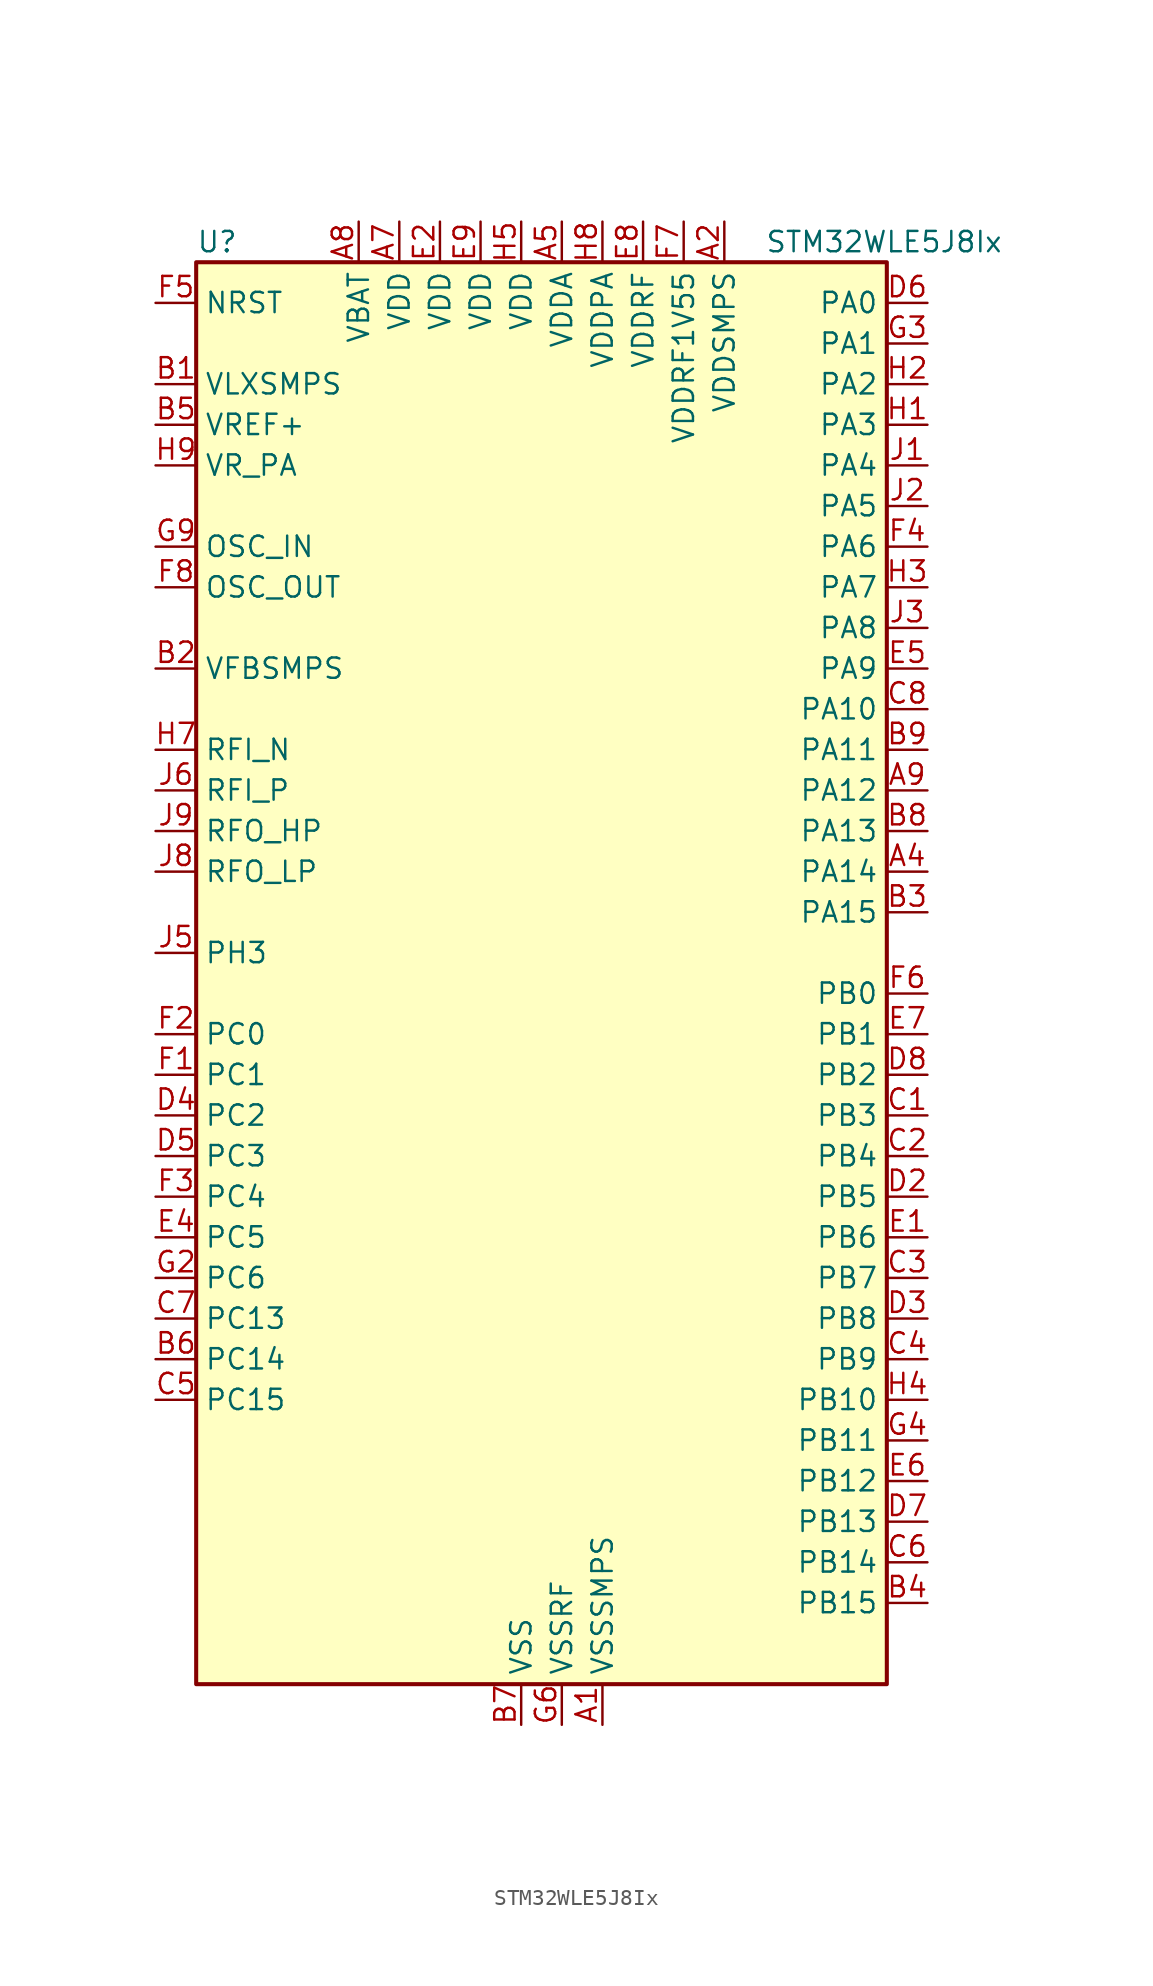
<source format=kicad_sym>
(kicad_symbol_lib
  (version 20231120)
  (generator "kicad_symbol_editor")
  (generator_version "8.0")
  (symbol "STM32WLE5J8Ix"
    (property "Reference" "U"
      (at -20.32 46.99 0)
      (effects (font (size 1.27 1.27)) (justify left)))
    (property "Value" "STM32WLE5J8Ix"
      (at 15.24 46.99 0)
      (effects (font (size 1.27 1.27)) (justify left)))
    (property "ki_locked" ""
      (at 0 0 0)
      (effects (font (size 1.27 1.27))))
    (symbol "STM32WLE5J8Ix_0_1"
      (rectangle (start -20.32 -43.18) (end 22.86 45.72) (stroke (width 0.254) (type default)) (fill (type background))))
    (symbol "STM32WLE5J8Ix_1_1"
      (pin power_in line (at 5.08 -45.72 90) (length 2.54) (name "VSSSMPS" (effects (font (size 1.27 1.27)))) (number "A1" (effects (font (size 1.27 1.27)))))
      (pin power_in line (at 12.7 48.26 270) (length 2.54) (name "VDDSMPS" (effects (font (size 1.27 1.27)))) (number "A2" (effects (font (size 1.27 1.27)))))
      (pin bidirectional line (at 25.4 7.62 180) (length 2.54) (name "PA14" (effects (font (size 1.27 1.27)))) (number "A4" (effects (font (size 1.27 1.27)))) (alternate "ADC_IN10" bidirectional line) (alternate "DEBUG_JTCK-SWCLK" bidirectional line) (alternate "I2C1_SMBA" bidirectional line) (alternate "LPTIM1_OUT" bidirectional line))
      (pin power_in line (at 2.54 48.26 270) (length 2.54) (name "VDDA" (effects (font (size 1.27 1.27)))) (number "A5" (effects (font (size 1.27 1.27)))))
      (pin power_in line (at -7.62 48.26 270) (length 2.54) (name "VDD" (effects (font (size 1.27 1.27)))) (number "A7" (effects (font (size 1.27 1.27)))))
      (pin power_in line (at -10.16 48.26 270) (length 2.54) (name "VBAT" (effects (font (size 1.27 1.27)))) (number "A8" (effects (font (size 1.27 1.27)))))
      (pin bidirectional line (at 25.4 12.7 180) (length 2.54) (name "PA12" (effects (font (size 1.27 1.27)))) (number "A9" (effects (font (size 1.27 1.27)))) (alternate "ADC_IN8" bidirectional line) (alternate "DEBUG_RF-BUSY" bidirectional line) (alternate "I2C2_SCL" bidirectional line) (alternate "LPTIM3_IN1" bidirectional line) (alternate "SPI1_MOSI" bidirectional line) (alternate "TIM1_ETR" bidirectional line) (alternate "USART1_DE" bidirectional line) (alternate "USART1_RTS" bidirectional line))
      (pin power_in line (at -22.86 38.1 0) (length 2.54) (name "VLXSMPS" (effects (font (size 1.27 1.27)))) (number "B1" (effects (font (size 1.27 1.27)))))
      (pin input line (at -22.86 20.32 0) (length 2.54) (name "VFBSMPS" (effects (font (size 1.27 1.27)))) (number "B2" (effects (font (size 1.27 1.27)))))
      (pin bidirectional line (at 25.4 5.08 180) (length 2.54) (name "PA15" (effects (font (size 1.27 1.27)))) (number "B3" (effects (font (size 1.27 1.27)))) (alternate "ADC_IN11" bidirectional line) (alternate "COMP1_INM" bidirectional line) (alternate "COMP2_INP" bidirectional line) (alternate "DEBUG_JTDI" bidirectional line) (alternate "I2C2_SDA" bidirectional line) (alternate "SPI1_NSS" bidirectional line) (alternate "TIM2_CH1" bidirectional line) (alternate "TIM2_ETR" bidirectional line))
      (pin bidirectional line (at 25.4 -38.1 180) (length 2.54) (name "PB15" (effects (font (size 1.27 1.27)))) (number "B4" (effects (font (size 1.27 1.27)))) (alternate "I2C2_SCL" bidirectional line) (alternate "I2S2_SD" bidirectional line) (alternate "SPI2_MOSI" bidirectional line) (alternate "TIM1_CH3N" bidirectional line))
      (pin input line (at -22.86 35.56 0) (length 2.54) (name "VREF+" (effects (font (size 1.27 1.27)))) (number "B5" (effects (font (size 1.27 1.27)))) (alternate "VREFBUF_OUT" bidirectional line))
      (pin bidirectional line (at -22.86 -22.86 0) (length 2.54) (name "PC14" (effects (font (size 1.27 1.27)))) (number "B6" (effects (font (size 1.27 1.27)))) (alternate "RCC_OSC32_IN" bidirectional line))
      (pin power_in line (at 0 -45.72 90) (length 2.54) (name "VSS" (effects (font (size 1.27 1.27)))) (number "B7" (effects (font (size 1.27 1.27)))))
      (pin bidirectional line (at 25.4 10.16 180) (length 2.54) (name "PA13" (effects (font (size 1.27 1.27)))) (number "B8" (effects (font (size 1.27 1.27)))) (alternate "ADC_IN9" bidirectional line) (alternate "DEBUG_JTMS-SWDIO" bidirectional line) (alternate "I2C2_SMBA" bidirectional line) (alternate "IR_OUT" bidirectional line))
      (pin bidirectional line (at 25.4 15.24 180) (length 2.54) (name "PA11" (effects (font (size 1.27 1.27)))) (number "B9" (effects (font (size 1.27 1.27)))) (alternate "ADC_EXTI11" bidirectional line) (alternate "ADC_IN7" bidirectional line) (alternate "COMP1_INM" bidirectional line) (alternate "COMP2_INM" bidirectional line) (alternate "DEBUG_RF-NRESET" bidirectional line) (alternate "I2C2_SDA" bidirectional line) (alternate "LPTIM3_ETR" bidirectional line) (alternate "SPI1_MISO" bidirectional line) (alternate "TIM1_BKIN2" bidirectional line) (alternate "TIM1_CH4" bidirectional line) (alternate "USART1_CTS" bidirectional line) (alternate "USART1_NSS" bidirectional line))
      (pin bidirectional line (at 25.4 -7.62 180) (length 2.54) (name "PB3" (effects (font (size 1.27 1.27)))) (number "C1" (effects (font (size 1.27 1.27)))) (alternate "ADC_IN2" bidirectional line) (alternate "COMP1_INM" bidirectional line) (alternate "COMP2_INM" bidirectional line) (alternate "DEBUG_JTDO-SWO" bidirectional line) (alternate "DEBUG_RF-DTB1" bidirectional line) (alternate "PWR_WKUP3" bidirectional line) (alternate "RTC_TAMP_IN3" bidirectional line) (alternate "SPI1_SCK" bidirectional line) (alternate "TIM2_CH2" bidirectional line) (alternate "USART1_DE" bidirectional line) (alternate "USART1_RTS" bidirectional line))
      (pin bidirectional line (at 25.4 -10.16 180) (length 2.54) (name "PB4" (effects (font (size 1.27 1.27)))) (number "C2" (effects (font (size 1.27 1.27)))) (alternate "ADC_IN3" bidirectional line) (alternate "COMP1_INP" bidirectional line) (alternate "COMP2_INP" bidirectional line) (alternate "DEBUG_JTRST" bidirectional line) (alternate "DEBUG_RF-LDORDY" bidirectional line) (alternate "I2C3_SDA" bidirectional line) (alternate "SPI1_MISO" bidirectional line) (alternate "TIM17_BKIN" bidirectional line) (alternate "USART1_CTS" bidirectional line) (alternate "USART1_NSS" bidirectional line))
      (pin bidirectional line (at 25.4 -17.78 180) (length 2.54) (name "PB7" (effects (font (size 1.27 1.27)))) (number "C3" (effects (font (size 1.27 1.27)))) (alternate "I2C1_SDA" bidirectional line) (alternate "LPTIM1_IN2" bidirectional line) (alternate "PWR_PVD_IN" bidirectional line) (alternate "TIM17_CH1N" bidirectional line) (alternate "TIM1_BKIN" bidirectional line) (alternate "USART1_RX" bidirectional line))
      (pin bidirectional line (at 25.4 -22.86 180) (length 2.54) (name "PB9" (effects (font (size 1.27 1.27)))) (number "C4" (effects (font (size 1.27 1.27)))) (alternate "DAC_EXTI9" bidirectional line) (alternate "I2C1_SDA" bidirectional line) (alternate "I2S2_WS" bidirectional line) (alternate "IR_OUT" bidirectional line) (alternate "SPI2_NSS" bidirectional line) (alternate "TIM17_CH1" bidirectional line) (alternate "TIM1_CH3N" bidirectional line))
      (pin bidirectional line (at -22.86 -25.4 0) (length 2.54) (name "PC15" (effects (font (size 1.27 1.27)))) (number "C5" (effects (font (size 1.27 1.27)))) (alternate "RCC_OSC32_OUT" bidirectional line))
      (pin bidirectional line (at 25.4 -35.56 180) (length 2.54) (name "PB14" (effects (font (size 1.27 1.27)))) (number "C6" (effects (font (size 1.27 1.27)))) (alternate "ADC_IN1" bidirectional line) (alternate "I2C3_SDA" bidirectional line) (alternate "I2S2_MCK" bidirectional line) (alternate "SPI2_MISO" bidirectional line) (alternate "TIM1_CH2N" bidirectional line))
      (pin bidirectional line (at -22.86 -20.32 0) (length 2.54) (name "PC13" (effects (font (size 1.27 1.27)))) (number "C7" (effects (font (size 1.27 1.27)))) (alternate "PWR_WKUP2" bidirectional line) (alternate "RTC_OUT1" bidirectional line) (alternate "RTC_TAMP_IN1" bidirectional line) (alternate "RTC_TS" bidirectional line))
      (pin bidirectional line (at 25.4 17.78 180) (length 2.54) (name "PA10" (effects (font (size 1.27 1.27)))) (number "C8" (effects (font (size 1.27 1.27)))) (alternate "ADC_IN6" bidirectional line) (alternate "COMP1_INM" bidirectional line) (alternate "COMP2_INM" bidirectional line) (alternate "DAC_OUT1" bidirectional line) (alternate "DEBUG_RF-HSE32RDY" bidirectional line) (alternate "I2C1_SDA" bidirectional line) (alternate "I2S2_SD" bidirectional line) (alternate "RTC_REFIN" bidirectional line) (alternate "SPI2_MOSI" bidirectional line) (alternate "TIM17_BKIN" bidirectional line) (alternate "TIM1_CH3" bidirectional line) (alternate "USART1_RX" bidirectional line))
      (pin bidirectional line (at 25.4 -12.7 180) (length 2.54) (name "PB5" (effects (font (size 1.27 1.27)))) (number "D2" (effects (font (size 1.27 1.27)))) (alternate "COMP2_OUT" bidirectional line) (alternate "I2C1_SMBA" bidirectional line) (alternate "LPTIM1_IN1" bidirectional line) (alternate "SPI1_MOSI" bidirectional line) (alternate "TIM16_BKIN" bidirectional line) (alternate "USART1_CK" bidirectional line))
      (pin bidirectional line (at 25.4 -20.32 180) (length 2.54) (name "PB8" (effects (font (size 1.27 1.27)))) (number "D3" (effects (font (size 1.27 1.27)))) (alternate "I2C1_SCL" bidirectional line) (alternate "TIM16_CH1" bidirectional line) (alternate "TIM1_CH2N" bidirectional line))
      (pin bidirectional line (at -22.86 -7.62 0) (length 2.54) (name "PC2" (effects (font (size 1.27 1.27)))) (number "D4" (effects (font (size 1.27 1.27)))) (alternate "LPTIM1_IN2" bidirectional line) (alternate "SPI2_MISO" bidirectional line))
      (pin bidirectional line (at -22.86 -10.16 0) (length 2.54) (name "PC3" (effects (font (size 1.27 1.27)))) (number "D5" (effects (font (size 1.27 1.27)))) (alternate "I2S2_SD" bidirectional line) (alternate "LPTIM1_ETR" bidirectional line) (alternate "LPTIM2_ETR" bidirectional line) (alternate "SPI2_MOSI" bidirectional line))
      (pin bidirectional line (at 25.4 43.18 180) (length 2.54) (name "PA0" (effects (font (size 1.27 1.27)))) (number "D6" (effects (font (size 1.27 1.27)))) (alternate "COMP1_OUT" bidirectional line) (alternate "DEBUG_PWR-REGLP1S" bidirectional line) (alternate "I2C3_SMBA" bidirectional line) (alternate "I2S_CKIN" bidirectional line) (alternate "PWR_WKUP1" bidirectional line) (alternate "RTC_TAMP_IN2" bidirectional line) (alternate "TIM2_CH1" bidirectional line) (alternate "TIM2_ETR" bidirectional line) (alternate "USART2_CTS" bidirectional line) (alternate "USART2_NSS" bidirectional line))
      (pin bidirectional line (at 25.4 -33.02 180) (length 2.54) (name "PB13" (effects (font (size 1.27 1.27)))) (number "D7" (effects (font (size 1.27 1.27)))) (alternate "ADC_IN0" bidirectional line) (alternate "I2C3_SCL" bidirectional line) (alternate "I2S2_CK" bidirectional line) (alternate "LPUART1_CTS" bidirectional line) (alternate "SPI2_SCK" bidirectional line) (alternate "TIM1_CH1N" bidirectional line))
      (pin bidirectional line (at 25.4 -5.08 180) (length 2.54) (name "PB2" (effects (font (size 1.27 1.27)))) (number "D8" (effects (font (size 1.27 1.27)))) (alternate "ADC_IN4" bidirectional line) (alternate "COMP1_INP" bidirectional line) (alternate "COMP2_INM" bidirectional line) (alternate "DEBUG_RF-SMPSRDY" bidirectional line) (alternate "I2C3_SMBA" bidirectional line) (alternate "LPTIM1_OUT" bidirectional line) (alternate "SPI1_NSS" bidirectional line))
      (pin passive line (at 0 -45.72 90) (length 2.54) hide (name "VSS" (effects (font (size 1.27 1.27)))) (number "D9" (effects (font (size 1.27 1.27)))))
      (pin bidirectional line (at 25.4 -15.24 180) (length 2.54) (name "PB6" (effects (font (size 1.27 1.27)))) (number "E1" (effects (font (size 1.27 1.27)))) (alternate "I2C1_SCL" bidirectional line) (alternate "LPTIM1_ETR" bidirectional line) (alternate "TIM16_CH1N" bidirectional line) (alternate "USART1_TX" bidirectional line))
      (pin power_in line (at -5.08 48.26 270) (length 2.54) (name "VDD" (effects (font (size 1.27 1.27)))) (number "E2" (effects (font (size 1.27 1.27)))))
      (pin passive line (at 0 -45.72 90) (length 2.54) hide (name "VSS" (effects (font (size 1.27 1.27)))) (number "E3" (effects (font (size 1.27 1.27)))))
      (pin bidirectional line (at -22.86 -15.24 0) (length 2.54) (name "PC5" (effects (font (size 1.27 1.27)))) (number "E4" (effects (font (size 1.27 1.27)))))
      (pin bidirectional line (at 25.4 20.32 180) (length 2.54) (name "PA9" (effects (font (size 1.27 1.27)))) (number "E5" (effects (font (size 1.27 1.27)))) (alternate "DAC_EXTI9" bidirectional line) (alternate "I2C1_SCL" bidirectional line) (alternate "I2S2_CK" bidirectional line) (alternate "I2S2_WS" bidirectional line) (alternate "SPI2_NSS" bidirectional line) (alternate "SPI2_SCK" bidirectional line) (alternate "TIM1_CH2" bidirectional line) (alternate "USART1_TX" bidirectional line))
      (pin bidirectional line (at 25.4 -30.48 180) (length 2.54) (name "PB12" (effects (font (size 1.27 1.27)))) (number "E6" (effects (font (size 1.27 1.27)))) (alternate "I2C3_SMBA" bidirectional line) (alternate "I2S2_WS" bidirectional line) (alternate "LPUART1_RTS" bidirectional line) (alternate "SPI2_NSS" bidirectional line) (alternate "TIM1_BKIN" bidirectional line))
      (pin bidirectional line (at 25.4 -2.54 180) (length 2.54) (name "PB1" (effects (font (size 1.27 1.27)))) (number "E7" (effects (font (size 1.27 1.27)))) (alternate "ADC_IN5" bidirectional line) (alternate "COMP2_INP" bidirectional line) (alternate "LPTIM2_IN1" bidirectional line) (alternate "LPUART1_DE" bidirectional line) (alternate "LPUART1_RTS" bidirectional line))
      (pin power_in line (at 7.62 48.26 270) (length 2.54) (name "VDDRF" (effects (font (size 1.27 1.27)))) (number "E8" (effects (font (size 1.27 1.27)))))
      (pin power_in line (at -2.54 48.26 270) (length 2.54) (name "VDD" (effects (font (size 1.27 1.27)))) (number "E9" (effects (font (size 1.27 1.27)))))
      (pin bidirectional line (at -22.86 -5.08 0) (length 2.54) (name "PC1" (effects (font (size 1.27 1.27)))) (number "F1" (effects (font (size 1.27 1.27)))) (alternate "I2C3_SDA" bidirectional line) (alternate "I2S2_SD" bidirectional line) (alternate "LPTIM1_OUT" bidirectional line) (alternate "LPUART1_TX" bidirectional line) (alternate "SPI2_MOSI" bidirectional line))
      (pin bidirectional line (at -22.86 -2.54 0) (length 2.54) (name "PC0" (effects (font (size 1.27 1.27)))) (number "F2" (effects (font (size 1.27 1.27)))) (alternate "I2C3_SCL" bidirectional line) (alternate "LPTIM1_IN1" bidirectional line) (alternate "LPTIM2_IN1" bidirectional line) (alternate "LPUART1_RX" bidirectional line))
      (pin bidirectional line (at -22.86 -12.7 0) (length 2.54) (name "PC4" (effects (font (size 1.27 1.27)))) (number "F3" (effects (font (size 1.27 1.27)))))
      (pin bidirectional line (at 25.4 27.94 180) (length 2.54) (name "PA6" (effects (font (size 1.27 1.27)))) (number "F4" (effects (font (size 1.27 1.27)))) (alternate "DEBUG_SUBGHZSPI-MISOOUT" bidirectional line) (alternate "I2C2_SMBA" bidirectional line) (alternate "LPUART1_CTS" bidirectional line) (alternate "SPI1_MISO" bidirectional line) (alternate "TIM16_CH1" bidirectional line) (alternate "TIM1_BKIN" bidirectional line))
      (pin input line (at -22.86 43.18 0) (length 2.54) (name "NRST" (effects (font (size 1.27 1.27)))) (number "F5" (effects (font (size 1.27 1.27)))))
      (pin bidirectional line (at 25.4 0 180) (length 2.54) (name "PB0" (effects (font (size 1.27 1.27)))) (number "F6" (effects (font (size 1.27 1.27)))) (alternate "COMP1_OUT" bidirectional line) (alternate "VDDTCXO" bidirectional line))
      (pin power_in line (at 10.16 48.26 270) (length 2.54) (name "VDDRF1V55" (effects (font (size 1.27 1.27)))) (number "F7" (effects (font (size 1.27 1.27)))))
      (pin input line (at -22.86 25.4 0) (length 2.54) (name "OSC_OUT" (effects (font (size 1.27 1.27)))) (number "F8" (effects (font (size 1.27 1.27)))) (alternate "RCC_OSC_OUT" bidirectional line))
      (pin bidirectional line (at -22.86 -17.78 0) (length 2.54) (name "PC6" (effects (font (size 1.27 1.27)))) (number "G2" (effects (font (size 1.27 1.27)))) (alternate "I2S2_MCK" bidirectional line))
      (pin bidirectional line (at 25.4 40.64 180) (length 2.54) (name "PA1" (effects (font (size 1.27 1.27)))) (number "G3" (effects (font (size 1.27 1.27)))) (alternate "DEBUG_PWR-REGLP2S" bidirectional line) (alternate "I2C1_SMBA" bidirectional line) (alternate "LPTIM3_OUT" bidirectional line) (alternate "LPUART1_RTS" bidirectional line) (alternate "SPI1_SCK" bidirectional line) (alternate "TIM2_CH2" bidirectional line) (alternate "USART2_DE" bidirectional line) (alternate "USART2_RTS" bidirectional line))
      (pin bidirectional line (at 25.4 -27.94 180) (length 2.54) (name "PB11" (effects (font (size 1.27 1.27)))) (number "G4" (effects (font (size 1.27 1.27)))) (alternate "ADC_EXTI11" bidirectional line) (alternate "COMP2_OUT" bidirectional line) (alternate "I2C3_SDA" bidirectional line) (alternate "LPUART1_TX" bidirectional line) (alternate "TIM2_CH4" bidirectional line))
      (pin passive line (at 0 -45.72 90) (length 2.54) hide (name "VSS" (effects (font (size 1.27 1.27)))) (number "G5" (effects (font (size 1.27 1.27)))))
      (pin power_in line (at 2.54 -45.72 90) (length 2.54) (name "VSSRF" (effects (font (size 1.27 1.27)))) (number "G6" (effects (font (size 1.27 1.27)))))
      (pin passive line (at 2.54 -45.72 90) (length 2.54) hide (name "VSSRF" (effects (font (size 1.27 1.27)))) (number "G7" (effects (font (size 1.27 1.27)))))
      (pin passive line (at 2.54 -45.72 90) (length 2.54) hide (name "VSSRF" (effects (font (size 1.27 1.27)))) (number "G8" (effects (font (size 1.27 1.27)))))
      (pin input line (at -22.86 27.94 0) (length 2.54) (name "OSC_IN" (effects (font (size 1.27 1.27)))) (number "G9" (effects (font (size 1.27 1.27)))) (alternate "RCC_OSC_IN" bidirectional line))
      (pin bidirectional line (at 25.4 35.56 180) (length 2.54) (name "PA3" (effects (font (size 1.27 1.27)))) (number "H1" (effects (font (size 1.27 1.27)))) (alternate "I2S2_MCK" bidirectional line) (alternate "LPUART1_RX" bidirectional line) (alternate "TIM2_CH4" bidirectional line) (alternate "USART2_RX" bidirectional line))
      (pin bidirectional line (at 25.4 38.1 180) (length 2.54) (name "PA2" (effects (font (size 1.27 1.27)))) (number "H2" (effects (font (size 1.27 1.27)))) (alternate "COMP2_OUT" bidirectional line) (alternate "DEBUG_PWR-LDORDY" bidirectional line) (alternate "LPUART1_TX" bidirectional line) (alternate "RCC_LSCO" bidirectional line) (alternate "TIM2_CH3" bidirectional line) (alternate "USART2_TX" bidirectional line))
      (pin bidirectional line (at 25.4 25.4 180) (length 2.54) (name "PA7" (effects (font (size 1.27 1.27)))) (number "H3" (effects (font (size 1.27 1.27)))) (alternate "COMP2_OUT" bidirectional line) (alternate "DEBUG_SUBGHZSPI-MOSIOUT" bidirectional line) (alternate "I2C3_SCL" bidirectional line) (alternate "SPI1_MOSI" bidirectional line) (alternate "TIM17_CH1" bidirectional line) (alternate "TIM1_CH1N" bidirectional line))
      (pin bidirectional line (at 25.4 -25.4 180) (length 2.54) (name "PB10" (effects (font (size 1.27 1.27)))) (number "H4" (effects (font (size 1.27 1.27)))) (alternate "COMP1_OUT" bidirectional line) (alternate "I2C3_SCL" bidirectional line) (alternate "I2S2_CK" bidirectional line) (alternate "LPUART1_RX" bidirectional line) (alternate "SPI2_SCK" bidirectional line) (alternate "TIM2_CH3" bidirectional line))
      (pin power_in line (at 0 48.26 270) (length 2.54) (name "VDD" (effects (font (size 1.27 1.27)))) (number "H5" (effects (font (size 1.27 1.27)))))
      (pin passive line (at 2.54 -45.72 90) (length 2.54) hide (name "VSSRF" (effects (font (size 1.27 1.27)))) (number "H6" (effects (font (size 1.27 1.27)))))
      (pin bidirectional line (at -22.86 15.24 0) (length 2.54) (name "RFI_N" (effects (font (size 1.27 1.27)))) (number "H7" (effects (font (size 1.27 1.27)))))
      (pin power_in line (at 5.08 48.26 270) (length 2.54) (name "VDDPA" (effects (font (size 1.27 1.27)))) (number "H8" (effects (font (size 1.27 1.27)))))
      (pin power_in line (at -22.86 33.02 0) (length 2.54) (name "VR_PA" (effects (font (size 1.27 1.27)))) (number "H9" (effects (font (size 1.27 1.27)))))
      (pin bidirectional line (at 25.4 33.02 180) (length 2.54) (name "PA4" (effects (font (size 1.27 1.27)))) (number "J1" (effects (font (size 1.27 1.27)))) (alternate "DEBUG_SUBGHZSPI-NSSOUT" bidirectional line) (alternate "LPTIM1_OUT" bidirectional line) (alternate "LPTIM2_OUT" bidirectional line) (alternate "RTC_OUT2" bidirectional line) (alternate "SPI1_NSS" bidirectional line) (alternate "USART2_CK" bidirectional line))
      (pin bidirectional line (at 25.4 30.48 180) (length 2.54) (name "PA5" (effects (font (size 1.27 1.27)))) (number "J2" (effects (font (size 1.27 1.27)))) (alternate "DEBUG_SUBGHZSPI-SCKOUT" bidirectional line) (alternate "LPTIM2_ETR" bidirectional line) (alternate "SPI1_SCK" bidirectional line) (alternate "SPI2_MISO" bidirectional line) (alternate "TIM2_CH1" bidirectional line) (alternate "TIM2_ETR" bidirectional line))
      (pin bidirectional line (at 25.4 22.86 180) (length 2.54) (name "PA8" (effects (font (size 1.27 1.27)))) (number "J3" (effects (font (size 1.27 1.27)))) (alternate "I2S2_CK" bidirectional line) (alternate "LPTIM2_OUT" bidirectional line) (alternate "RCC_MCO" bidirectional line) (alternate "SPI2_SCK" bidirectional line) (alternate "TIM1_CH1" bidirectional line) (alternate "USART1_CK" bidirectional line))
      (pin bidirectional line (at -22.86 2.54 0) (length 2.54) (name "PH3" (effects (font (size 1.27 1.27)))) (number "J5" (effects (font (size 1.27 1.27)))))
      (pin bidirectional line (at -22.86 12.7 0) (length 2.54) (name "RFI_P" (effects (font (size 1.27 1.27)))) (number "J6" (effects (font (size 1.27 1.27)))))
      (pin bidirectional line (at -22.86 7.62 0) (length 2.54) (name "RFO_LP" (effects (font (size 1.27 1.27)))) (number "J8" (effects (font (size 1.27 1.27)))))
      (pin bidirectional line (at -22.86 10.16 0) (length 2.54) (name "RFO_HP" (effects (font (size 1.27 1.27)))) (number "J9" (effects (font (size 1.27 1.27))))))))
</source>
